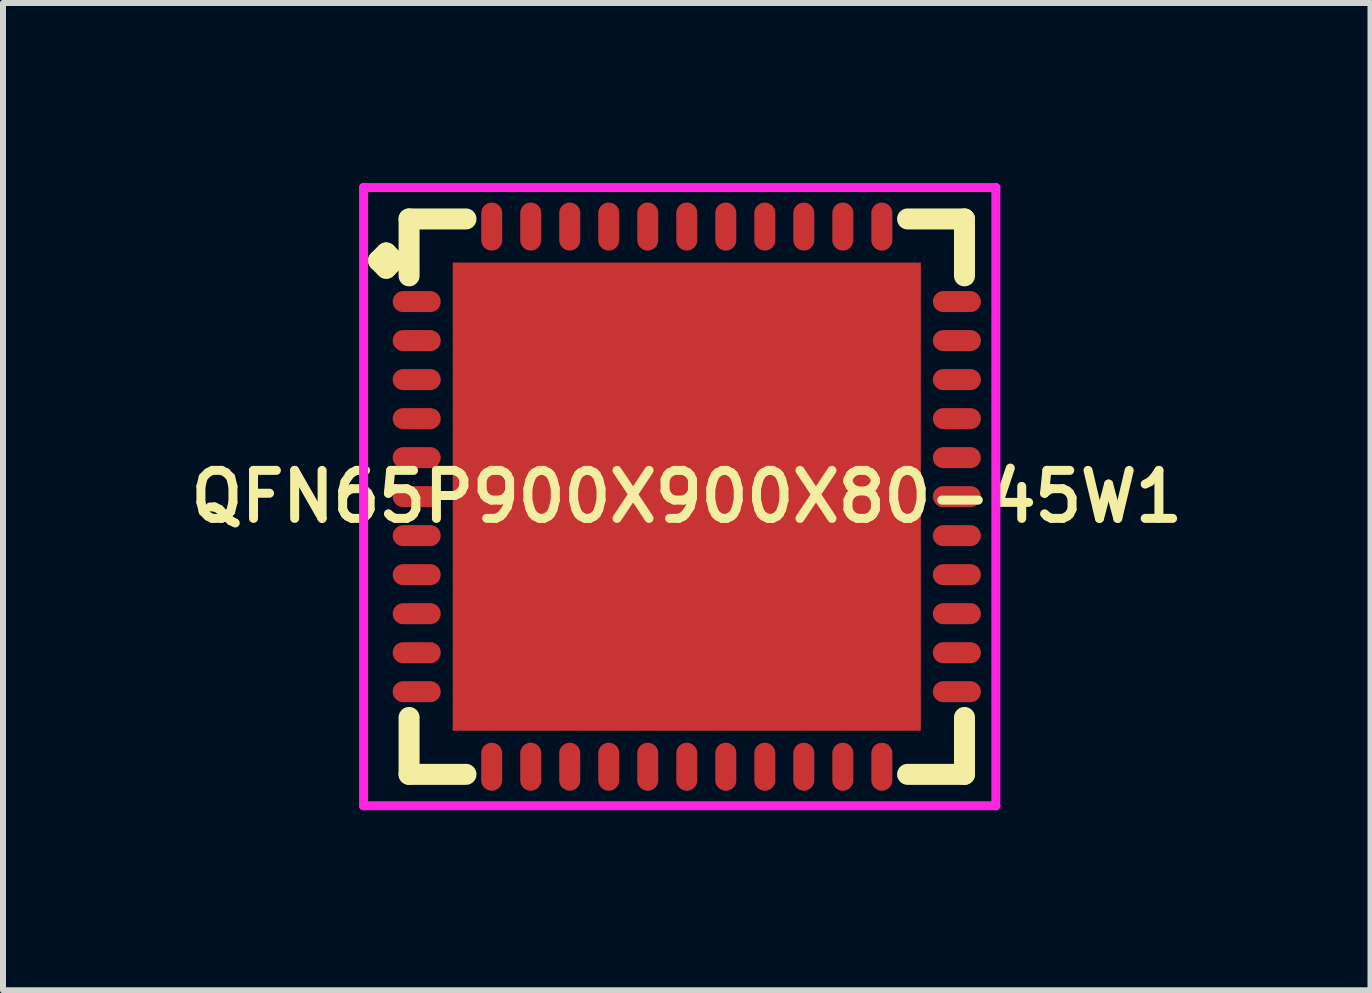
<source format=kicad_pcb>
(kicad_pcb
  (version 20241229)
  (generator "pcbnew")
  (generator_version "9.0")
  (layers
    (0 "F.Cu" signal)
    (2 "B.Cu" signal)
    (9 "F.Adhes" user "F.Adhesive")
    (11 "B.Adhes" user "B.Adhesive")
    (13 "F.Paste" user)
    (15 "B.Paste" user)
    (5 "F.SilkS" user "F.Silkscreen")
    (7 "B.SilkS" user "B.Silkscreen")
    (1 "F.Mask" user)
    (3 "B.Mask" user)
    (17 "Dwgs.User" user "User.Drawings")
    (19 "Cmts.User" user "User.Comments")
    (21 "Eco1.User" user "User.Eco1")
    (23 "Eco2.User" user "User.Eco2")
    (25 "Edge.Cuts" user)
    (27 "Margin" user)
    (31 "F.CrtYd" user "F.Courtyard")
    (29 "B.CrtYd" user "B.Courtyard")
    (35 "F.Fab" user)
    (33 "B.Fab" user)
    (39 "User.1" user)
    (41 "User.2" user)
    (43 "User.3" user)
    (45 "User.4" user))
  (footprint "QFN65P900X900X80-45W1"
    (layer "F.Cu")
    (at 8.393 5.225)
    (property "Reference" "QFN65P900X900X80-45W1" (at 0 0 0) (layer "F.SilkS") (effects (font (size 0.8 0.8) (thickness 0.15))))
    (attr smd)
    (fp_line (start -5.135 -3.933) (end -5.008 -4.06) (stroke (width 0.35) (type solid)) (layer "F.SilkS"))
    (fp_line (start -5.008 -4.06) (end -4.881 -3.933) (stroke (width 0.35) (type solid)) (layer "F.SilkS"))
    (fp_line (start -5.008 -3.806) (end -5.135 -3.933) (stroke (width 0.35) (type solid)) (layer "F.SilkS"))
    (fp_line (start -4.881 -3.933) (end -5.008 -3.806) (stroke (width 0.35) (type solid)) (layer "F.SilkS"))
    (fp_line (start -4.627 -4.627) (end -3.679 -4.627) (stroke (width 0.35) (type solid)) (layer "F.SilkS"))
    (fp_line (start -4.627 -3.679) (end -4.627 -4.627) (stroke (width 0.35) (type solid)) (layer "F.SilkS"))
    (fp_line (start -4.627 3.679) (end -4.627 4.627) (stroke (width 0.35) (type solid)) (layer "F.SilkS"))
    (fp_line (start -4.627 4.627) (end -3.679 4.627) (stroke (width 0.35) (type solid)) (layer "F.SilkS"))
    (fp_line (start 3.679 -4.627) (end 4.627 -4.627) (stroke (width 0.35) (type solid)) (layer "F.SilkS"))
    (fp_line (start 3.679 4.627) (end 4.627 4.627) (stroke (width 0.35) (type solid)) (layer "F.SilkS"))
    (fp_line (start 4.627 -4.627) (end 4.627 -3.679) (stroke (width 0.35) (type solid)) (layer "F.SilkS"))
    (fp_line (start 4.627 4.627) (end 4.627 3.679) (stroke (width 0.35) (type solid)) (layer "F.SilkS"))
    (fp_line (start -5.385 -5.15) (end 5.15 -5.15) (stroke (width 0.15) (type solid)) (layer "F.CrtYd"))
    (fp_line (start -5.385 5.15) (end -5.385 -5.15) (stroke (width 0.15) (type solid)) (layer "F.CrtYd"))
    (fp_line (start 5.15 -5.15) (end 5.15 5.15) (stroke (width 0.15) (type solid)) (layer "F.CrtYd"))
    (fp_line (start 5.15 5.15) (end -5.385 5.15) (stroke (width 0.15) (type solid)) (layer "F.CrtYd"))
    (pad "1" smd oval (at -4.5 -3.25) (size 0.8 0.35) (layers "F.Cu" "F.Mask" "F.Paste"))
    (pad "2" smd oval (at -4.5 -2.6) (size 0.8 0.35) (layers "F.Cu" "F.Mask" "F.Paste"))
    (pad "3" smd oval (at -4.5 -1.95) (size 0.8 0.35) (layers "F.Cu" "F.Mask" "F.Paste"))
    (pad "4" smd oval (at -4.5 -1.3) (size 0.8 0.35) (layers "F.Cu" "F.Mask" "F.Paste"))
    (pad "5" smd oval (at -4.5 -0.65) (size 0.8 0.35) (layers "F.Cu" "F.Mask" "F.Paste"))
    (pad "6" smd oval (at -4.5 0) (size 0.8 0.35) (layers "F.Cu" "F.Mask" "F.Paste"))
    (pad "7" smd oval (at -4.5 0.65) (size 0.8 0.35) (layers "F.Cu" "F.Mask" "F.Paste"))
    (pad "8" smd oval (at -4.5 1.3) (size 0.8 0.35) (layers "F.Cu" "F.Mask" "F.Paste"))
    (pad "9" smd oval (at -4.5 1.95) (size 0.8 0.35) (layers "F.Cu" "F.Mask" "F.Paste"))
    (pad "10" smd oval (at -4.5 2.6) (size 0.8 0.35) (layers "F.Cu" "F.Mask" "F.Paste"))
    (pad "11" smd oval (at -4.5 3.25) (size 0.8 0.35) (layers "F.Cu" "F.Mask" "F.Paste"))
    (pad "12" smd oval (at -3.25 4.5) (size 0.35 0.8) (layers "F.Cu" "F.Mask" "F.Paste"))
    (pad "13" smd oval (at -2.6 4.5) (size 0.35 0.8) (layers "F.Cu" "F.Mask" "F.Paste"))
    (pad "14" smd oval (at -1.95 4.5) (size 0.35 0.8) (layers "F.Cu" "F.Mask" "F.Paste"))
    (pad "15" smd oval (at -1.3 4.5) (size 0.35 0.8) (layers "F.Cu" "F.Mask" "F.Paste"))
    (pad "16" smd oval (at -0.65 4.5) (size 0.35 0.8) (layers "F.Cu" "F.Mask" "F.Paste"))
    (pad "17" smd oval (at 0 4.5) (size 0.35 0.8) (layers "F.Cu" "F.Mask" "F.Paste"))
    (pad "18" smd oval (at 0.65 4.5) (size 0.35 0.8) (layers "F.Cu" "F.Mask" "F.Paste"))
    (pad "19" smd oval (at 1.3 4.5) (size 0.35 0.8) (layers "F.Cu" "F.Mask" "F.Paste"))
    (pad "20" smd oval (at 1.95 4.5) (size 0.35 0.8) (layers "F.Cu" "F.Mask" "F.Paste"))
    (pad "21" smd oval (at 2.6 4.5) (size 0.35 0.8) (layers "F.Cu" "F.Mask" "F.Paste"))
    (pad "22" smd oval (at 3.25 4.5) (size 0.35 0.8) (layers "F.Cu" "F.Mask" "F.Paste"))
    (pad "23" smd oval (at 4.5 3.25) (size 0.8 0.35) (layers "F.Cu" "F.Mask" "F.Paste"))
    (pad "24" smd oval (at 4.5 2.6) (size 0.8 0.35) (layers "F.Cu" "F.Mask" "F.Paste"))
    (pad "25" smd oval (at 4.5 1.95) (size 0.8 0.35) (layers "F.Cu" "F.Mask" "F.Paste"))
    (pad "26" smd oval (at 4.5 1.3) (size 0.8 0.35) (layers "F.Cu" "F.Mask" "F.Paste"))
    (pad "27" smd oval (at 4.5 0.65) (size 0.8 0.35) (layers "F.Cu" "F.Mask" "F.Paste"))
    (pad "28" smd oval (at 4.5 0) (size 0.8 0.35) (layers "F.Cu" "F.Mask" "F.Paste"))
    (pad "29" smd oval (at 4.5 -0.65) (size 0.8 0.35) (layers "F.Cu" "F.Mask" "F.Paste"))
    (pad "30" smd oval (at 4.5 -1.3) (size 0.8 0.35) (layers "F.Cu" "F.Mask" "F.Paste"))
    (pad "31" smd oval (at 4.5 -1.95) (size 0.8 0.35) (layers "F.Cu" "F.Mask" "F.Paste"))
    (pad "32" smd oval (at 4.5 -2.6) (size 0.8 0.35) (layers "F.Cu" "F.Mask" "F.Paste"))
    (pad "33" smd oval (at 4.5 -3.25) (size 0.8 0.35) (layers "F.Cu" "F.Mask" "F.Paste"))
    (pad "34" smd oval (at 3.25 -4.5) (size 0.35 0.8) (layers "F.Cu" "F.Mask" "F.Paste"))
    (pad "35" smd oval (at 2.6 -4.5) (size 0.35 0.8) (layers "F.Cu" "F.Mask" "F.Paste"))
    (pad "36" smd oval (at 1.95 -4.5) (size 0.35 0.8) (layers "F.Cu" "F.Mask" "F.Paste"))
    (pad "37" smd oval (at 1.3 -4.5) (size 0.35 0.8) (layers "F.Cu" "F.Mask" "F.Paste"))
    (pad "38" smd oval (at 0.65 -4.5) (size 0.35 0.8) (layers "F.Cu" "F.Mask" "F.Paste"))
    (pad "39" smd oval (at 0 -4.5) (size 0.35 0.8) (layers "F.Cu" "F.Mask" "F.Paste"))
    (pad "40" smd oval (at -0.65 -4.5) (size 0.35 0.8) (layers "F.Cu" "F.Mask" "F.Paste"))
    (pad "41" smd oval (at -1.3 -4.5) (size 0.35 0.8) (layers "F.Cu" "F.Mask" "F.Paste"))
    (pad "42" smd oval (at -1.95 -4.5) (size 0.35 0.8) (layers "F.Cu" "F.Mask" "F.Paste"))
    (pad "43" smd oval (at -2.6 -4.5) (size 0.35 0.8) (layers "F.Cu" "F.Mask" "F.Paste"))
    (pad "44" smd oval (at -3.25 -4.5) (size 0.35 0.8) (layers "F.Cu" "F.Mask" "F.Paste"))
    (pad "45" smd rect (at 0 0) (size 7.8 7.8) (layers "F.Cu" "F.Mask" "F.Paste")))
  (gr_rect
    (start -3 -3)
    (end 19.785 13.45)
    (stroke (width 0.1) (type default))
    (fill no)
    (layer "Edge.Cuts")))
</source>
